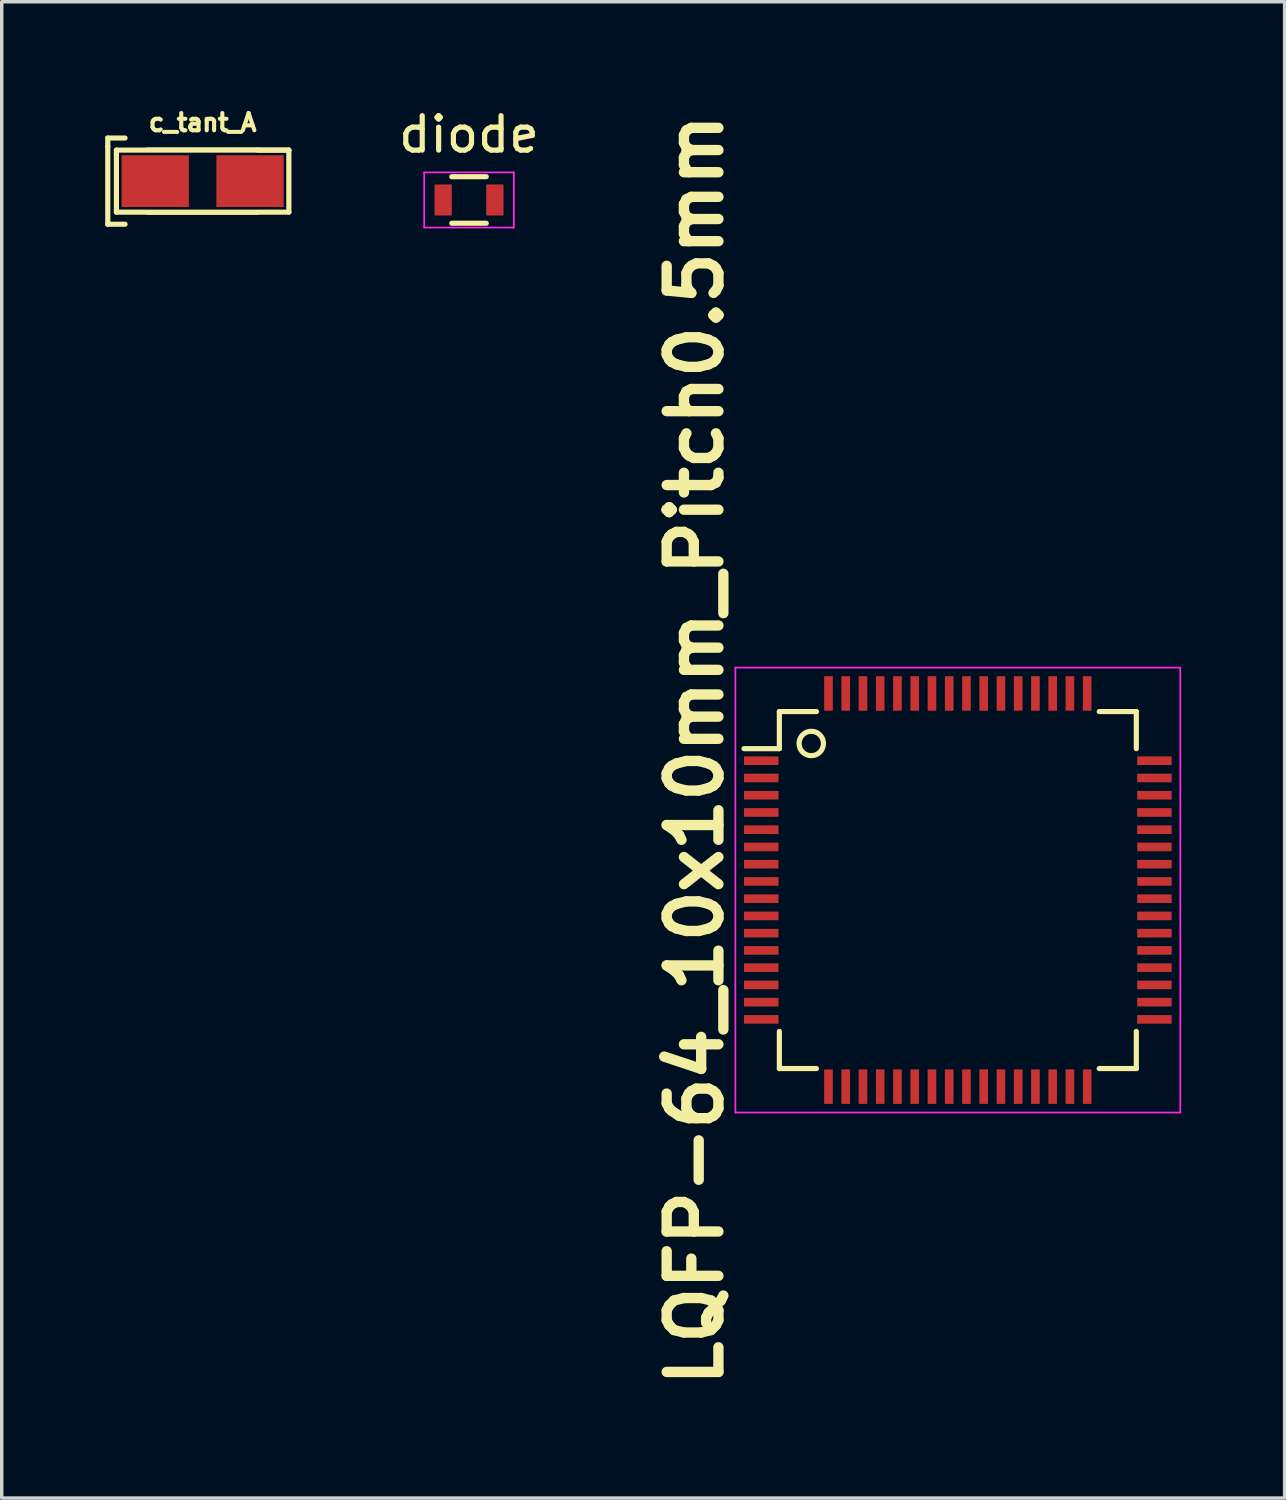
<source format=kicad_pcb>
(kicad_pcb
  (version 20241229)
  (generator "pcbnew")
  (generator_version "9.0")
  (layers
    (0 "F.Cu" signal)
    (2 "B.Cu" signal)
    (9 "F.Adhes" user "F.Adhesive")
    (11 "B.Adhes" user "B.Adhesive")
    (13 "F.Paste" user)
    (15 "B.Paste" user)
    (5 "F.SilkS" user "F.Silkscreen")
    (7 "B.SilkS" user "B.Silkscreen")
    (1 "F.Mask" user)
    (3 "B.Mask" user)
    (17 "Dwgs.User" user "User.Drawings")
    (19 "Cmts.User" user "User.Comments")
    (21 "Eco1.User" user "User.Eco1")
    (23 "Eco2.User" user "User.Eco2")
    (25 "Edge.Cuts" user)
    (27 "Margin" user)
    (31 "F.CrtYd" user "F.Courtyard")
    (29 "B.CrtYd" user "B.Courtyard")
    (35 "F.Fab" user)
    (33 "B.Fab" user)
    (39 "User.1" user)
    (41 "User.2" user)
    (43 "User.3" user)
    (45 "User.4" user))
  (footprint "LQFP-64_10x10mm_Pitch0.5mm"
    (layer "F.Cu")
    (at 24.722 22.757)
    (property "Reference" "LQFP-64_10x10mm_Pitch0.5mm" (at -7.62 -4.064 90) (layer "F.SilkS") (effects (font (size 1.5 1.5) (thickness 0.3))))
    (attr smd)
    (fp_line (start -5.175 -5.175) (end -5.175 -4.1) (stroke (width 0.15) (type solid)) (layer "F.SilkS"))
    (fp_line (start -5.175 -5.175) (end -4.1 -5.175) (stroke (width 0.15) (type solid)) (layer "F.SilkS"))
    (fp_line (start -5.175 -4.1) (end -6.2 -4.1) (stroke (width 0.15) (type solid)) (layer "F.SilkS"))
    (fp_line (start -5.175 5.175) (end -5.175 4.1) (stroke (width 0.15) (type solid)) (layer "F.SilkS"))
    (fp_line (start -5.175 5.175) (end -4.1 5.175) (stroke (width 0.15) (type solid)) (layer "F.SilkS"))
    (fp_line (start 5.175 -5.175) (end 4.1 -5.175) (stroke (width 0.15) (type solid)) (layer "F.SilkS"))
    (fp_line (start 5.175 -5.175) (end 5.175 -4.1) (stroke (width 0.15) (type solid)) (layer "F.SilkS"))
    (fp_line (start 5.175 5.175) (end 4.1 5.175) (stroke (width 0.15) (type solid)) (layer "F.SilkS"))
    (fp_line (start 5.175 5.175) (end 5.175 4.1) (stroke (width 0.15) (type solid)) (layer "F.SilkS"))
    (fp_circle (center -4.25 -4.25) (end -4 -4) (stroke (width 0.15) (type solid)) (fill no) (layer "F.SilkS"))
    (fp_line (start -6.45 -6.45) (end -6.45 6.45) (stroke (width 0.05) (type solid)) (layer "F.CrtYd"))
    (fp_line (start -6.45 -6.45) (end 6.45 -6.45) (stroke (width 0.05) (type solid)) (layer "F.CrtYd"))
    (fp_line (start -6.45 6.45) (end 6.45 6.45) (stroke (width 0.05) (type solid)) (layer "F.CrtYd"))
    (fp_line (start 6.45 -6.45) (end 6.45 6.45) (stroke (width 0.05) (type solid)) (layer "F.CrtYd"))
    (pad "1" smd rect (at -5.7 -3.75) (size 1 0.25) (layers "F.Cu" "F.Mask" "F.Paste"))
    (pad "2" smd rect (at -5.7 -3.25) (size 1 0.25) (layers "F.Cu" "F.Mask" "F.Paste"))
    (pad "3" smd rect (at -5.7 -2.75) (size 1 0.25) (layers "F.Cu" "F.Mask" "F.Paste"))
    (pad "4" smd rect (at -5.7 -2.25) (size 1 0.25) (layers "F.Cu" "F.Mask" "F.Paste"))
    (pad "5" smd rect (at -5.7 -1.75) (size 1 0.25) (layers "F.Cu" "F.Mask" "F.Paste"))
    (pad "6" smd rect (at -5.7 -1.25) (size 1 0.25) (layers "F.Cu" "F.Mask" "F.Paste"))
    (pad "7" smd rect (at -5.7 -0.75) (size 1 0.25) (layers "F.Cu" "F.Mask" "F.Paste"))
    (pad "8" smd rect (at -5.7 -0.25) (size 1 0.25) (layers "F.Cu" "F.Mask" "F.Paste"))
    (pad "9" smd rect (at -5.7 0.25) (size 1 0.25) (layers "F.Cu" "F.Mask" "F.Paste"))
    (pad "10" smd rect (at -5.7 0.75) (size 1 0.25) (layers "F.Cu" "F.Mask" "F.Paste"))
    (pad "11" smd rect (at -5.7 1.25) (size 1 0.25) (layers "F.Cu" "F.Mask" "F.Paste"))
    (pad "12" smd rect (at -5.7 1.75) (size 1 0.25) (layers "F.Cu" "F.Mask" "F.Paste"))
    (pad "13" smd rect (at -5.7 2.25) (size 1 0.25) (layers "F.Cu" "F.Mask" "F.Paste"))
    (pad "14" smd rect (at -5.7 2.75) (size 1 0.25) (layers "F.Cu" "F.Mask" "F.Paste"))
    (pad "15" smd rect (at -5.7 3.25) (size 1 0.25) (layers "F.Cu" "F.Mask" "F.Paste"))
    (pad "16" smd rect (at -5.7 3.75) (size 1 0.25) (layers "F.Cu" "F.Mask" "F.Paste"))
    (pad "17" smd rect (at -3.75 5.7 90) (size 1 0.25) (layers "F.Cu" "F.Mask" "F.Paste"))
    (pad "18" smd rect (at -3.25 5.7 90) (size 1 0.25) (layers "F.Cu" "F.Mask" "F.Paste"))
    (pad "19" smd rect (at -2.75 5.7 90) (size 1 0.25) (layers "F.Cu" "F.Mask" "F.Paste"))
    (pad "20" smd rect (at -2.25 5.7 90) (size 1 0.25) (layers "F.Cu" "F.Mask" "F.Paste"))
    (pad "21" smd rect (at -1.75 5.7 90) (size 1 0.25) (layers "F.Cu" "F.Mask" "F.Paste"))
    (pad "22" smd rect (at -1.25 5.7 90) (size 1 0.25) (layers "F.Cu" "F.Mask" "F.Paste"))
    (pad "23" smd rect (at -0.75 5.7 90) (size 1 0.25) (layers "F.Cu" "F.Mask" "F.Paste"))
    (pad "24" smd rect (at -0.25 5.7 90) (size 1 0.25) (layers "F.Cu" "F.Mask" "F.Paste"))
    (pad "25" smd rect (at 0.25 5.7 90) (size 1 0.25) (layers "F.Cu" "F.Mask" "F.Paste"))
    (pad "26" smd rect (at 0.75 5.7 90) (size 1 0.25) (layers "F.Cu" "F.Mask" "F.Paste"))
    (pad "27" smd rect (at 1.25 5.7 90) (size 1 0.25) (layers "F.Cu" "F.Mask" "F.Paste"))
    (pad "28" smd rect (at 1.75 5.7 90) (size 1 0.25) (layers "F.Cu" "F.Mask" "F.Paste"))
    (pad "29" smd rect (at 2.25 5.7 90) (size 1 0.25) (layers "F.Cu" "F.Mask" "F.Paste"))
    (pad "30" smd rect (at 2.75 5.7 90) (size 1 0.25) (layers "F.Cu" "F.Mask" "F.Paste"))
    (pad "31" smd rect (at 3.25 5.7 90) (size 1 0.25) (layers "F.Cu" "F.Mask" "F.Paste"))
    (pad "32" smd rect (at 3.75 5.7 90) (size 1 0.25) (layers "F.Cu" "F.Mask" "F.Paste"))
    (pad "33" smd rect (at 5.7 3.75) (size 1 0.25) (layers "F.Cu" "F.Mask" "F.Paste"))
    (pad "34" smd rect (at 5.7 3.25) (size 1 0.25) (layers "F.Cu" "F.Mask" "F.Paste"))
    (pad "35" smd rect (at 5.7 2.75) (size 1 0.25) (layers "F.Cu" "F.Mask" "F.Paste"))
    (pad "36" smd rect (at 5.7 2.25) (size 1 0.25) (layers "F.Cu" "F.Mask" "F.Paste"))
    (pad "37" smd rect (at 5.7 1.75) (size 1 0.25) (layers "F.Cu" "F.Mask" "F.Paste"))
    (pad "38" smd rect (at 5.7 1.25) (size 1 0.25) (layers "F.Cu" "F.Mask" "F.Paste"))
    (pad "39" smd rect (at 5.7 0.75) (size 1 0.25) (layers "F.Cu" "F.Mask" "F.Paste"))
    (pad "40" smd rect (at 5.7 0.25) (size 1 0.25) (layers "F.Cu" "F.Mask" "F.Paste"))
    (pad "41" smd rect (at 5.7 -0.25) (size 1 0.25) (layers "F.Cu" "F.Mask" "F.Paste"))
    (pad "42" smd rect (at 5.7 -0.75) (size 1 0.25) (layers "F.Cu" "F.Mask" "F.Paste"))
    (pad "43" smd rect (at 5.7 -1.25) (size 1 0.25) (layers "F.Cu" "F.Mask" "F.Paste"))
    (pad "44" smd rect (at 5.7 -1.75) (size 1 0.25) (layers "F.Cu" "F.Mask" "F.Paste"))
    (pad "45" smd rect (at 5.7 -2.25) (size 1 0.25) (layers "F.Cu" "F.Mask" "F.Paste"))
    (pad "46" smd rect (at 5.7 -2.75) (size 1 0.25) (layers "F.Cu" "F.Mask" "F.Paste"))
    (pad "47" smd rect (at 5.7 -3.25) (size 1 0.25) (layers "F.Cu" "F.Mask" "F.Paste"))
    (pad "48" smd rect (at 5.7 -3.75) (size 1 0.25) (layers "F.Cu" "F.Mask" "F.Paste"))
    (pad "49" smd rect (at 3.75 -5.7 90) (size 1 0.25) (layers "F.Cu" "F.Mask" "F.Paste"))
    (pad "50" smd rect (at 3.25 -5.7 90) (size 1 0.25) (layers "F.Cu" "F.Mask" "F.Paste"))
    (pad "51" smd rect (at 2.75 -5.7 90) (size 1 0.25) (layers "F.Cu" "F.Mask" "F.Paste"))
    (pad "52" smd rect (at 2.25 -5.7 90) (size 1 0.25) (layers "F.Cu" "F.Mask" "F.Paste"))
    (pad "53" smd rect (at 1.75 -5.7 90) (size 1 0.25) (layers "F.Cu" "F.Mask" "F.Paste"))
    (pad "54" smd rect (at 1.25 -5.7 90) (size 1 0.25) (layers "F.Cu" "F.Mask" "F.Paste"))
    (pad "55" smd rect (at 0.75 -5.7 90) (size 1 0.25) (layers "F.Cu" "F.Mask" "F.Paste"))
    (pad "56" smd rect (at 0.25 -5.7 90) (size 1 0.25) (layers "F.Cu" "F.Mask" "F.Paste"))
    (pad "57" smd rect (at -0.25 -5.7 90) (size 1 0.25) (layers "F.Cu" "F.Mask" "F.Paste"))
    (pad "58" smd rect (at -0.75 -5.7 90) (size 1 0.25) (layers "F.Cu" "F.Mask" "F.Paste"))
    (pad "59" smd rect (at -1.25 -5.7 90) (size 1 0.25) (layers "F.Cu" "F.Mask" "F.Paste"))
    (pad "60" smd rect (at -1.75 -5.7 90) (size 1 0.25) (layers "F.Cu" "F.Mask" "F.Paste"))
    (pad "61" smd rect (at -2.25 -5.7 90) (size 1 0.25) (layers "F.Cu" "F.Mask" "F.Paste"))
    (pad "62" smd rect (at -2.75 -5.7 90) (size 1 0.25) (layers "F.Cu" "F.Mask" "F.Paste"))
    (pad "63" smd rect (at -3.25 -5.7 90) (size 1 0.25) (layers "F.Cu" "F.Mask" "F.Paste"))
    (pad "64" smd rect (at -3.75 -5.7 90) (size 1 0.25) (layers "F.Cu" "F.Mask" "F.Paste")))
  (footprint "diode"
    (layer "F.Cu")
    (at 10.549 2.748)
    (property "Reference" "diode" (at 0 -1.9 0) (layer "F.SilkS") (effects (font (size 1 1) (thickness 0.15))))
    (attr smd)
    (fp_line (start -0.5 -0.675) (end 0.5 -0.675) (stroke (width 0.15) (type solid)) (layer "F.SilkS"))
    (fp_line (start 0.5 0.675) (end -0.5 0.675) (stroke (width 0.15) (type solid)) (layer "F.SilkS"))
    (fp_line (start -1.3 -0.8) (end -1.3 0.8) (stroke (width 0.05) (type solid)) (layer "F.CrtYd"))
    (fp_line (start -1.3 -0.8) (end 1.3 -0.8) (stroke (width 0.05) (type solid)) (layer "F.CrtYd"))
    (fp_line (start -1.3 0.8) (end 1.3 0.8) (stroke (width 0.05) (type solid)) (layer "F.CrtYd"))
    (fp_line (start 1.3 -0.8) (end 1.3 0.8) (stroke (width 0.05) (type solid)) (layer "F.CrtYd"))
    (pad "A" smd rect (at 0.75 0) (size 0.5 0.9) (layers "F.Cu" "F.Mask" "F.Paste"))
    (pad "C" smd rect (at -0.75 0) (size 0.5 0.9) (layers "F.Cu" "F.Mask" "F.Paste")))
  (footprint "c_tant_A"
    (layer "F.Cu")
    (at 2.825 2.202)
    (property "Reference" "c_tant_A" (at 0 -1.7 0) (layer "F.SilkS") (effects (font (size 0.5 0.5) (thickness 0.119))))
    (attr through_hole)
    (fp_line (start -2.75 -1.25) (end -2.25 -1.25) (stroke (width 0.15) (type solid)) (layer "F.SilkS"))
    (fp_line (start -2.75 -1) (end -2.75 -1.25) (stroke (width 0.15) (type solid)) (layer "F.SilkS"))
    (fp_line (start -2.75 1.25) (end -2.75 -1) (stroke (width 0.15) (type solid)) (layer "F.SilkS"))
    (fp_line (start -2.5 -0.9) (end 2.5 -0.9) (stroke (width 0.15) (type solid)) (layer "F.SilkS"))
    (fp_line (start -2.5 0.9) (end -2.5 -0.9) (stroke (width 0.15) (type solid)) (layer "F.SilkS"))
    (fp_line (start -2.25 1.25) (end -2.75 1.25) (stroke (width 0.15) (type solid)) (layer "F.SilkS"))
    (fp_line (start -1.6 0.913) (end 1.6 0.913) (stroke (width 0.127) (type solid)) (layer "F.SilkS"))
    (fp_line (start 1.6 -0.9) (end 2.5 -0.9) (stroke (width 0.15) (type solid)) (layer "F.SilkS"))
    (fp_line (start 1.6 -0.913) (end -1.6 -0.913) (stroke (width 0.127) (type solid)) (layer "F.SilkS"))
    (fp_line (start 2.5 -0.9) (end 2.5 0.9) (stroke (width 0.15) (type solid)) (layer "F.SilkS"))
    (fp_line (start 2.5 0.9) (end -2.5 0.9) (stroke (width 0.15) (type solid)) (layer "F.SilkS"))
    (pad "1" smd rect (at -1.374 0) (size 1.951 1.501) (layers "F.Cu" "F.Mask" "F.Paste"))
    (pad "2" smd rect (at 1.374 0) (size 1.951 1.501) (layers "F.Cu" "F.Mask" "F.Paste")))
  (gr_rect
    (start -3 -3)
    (end 34.197 40.386)
    (stroke (width 0.1) (type default))
    (fill no)
    (layer "Edge.Cuts")))
</source>
